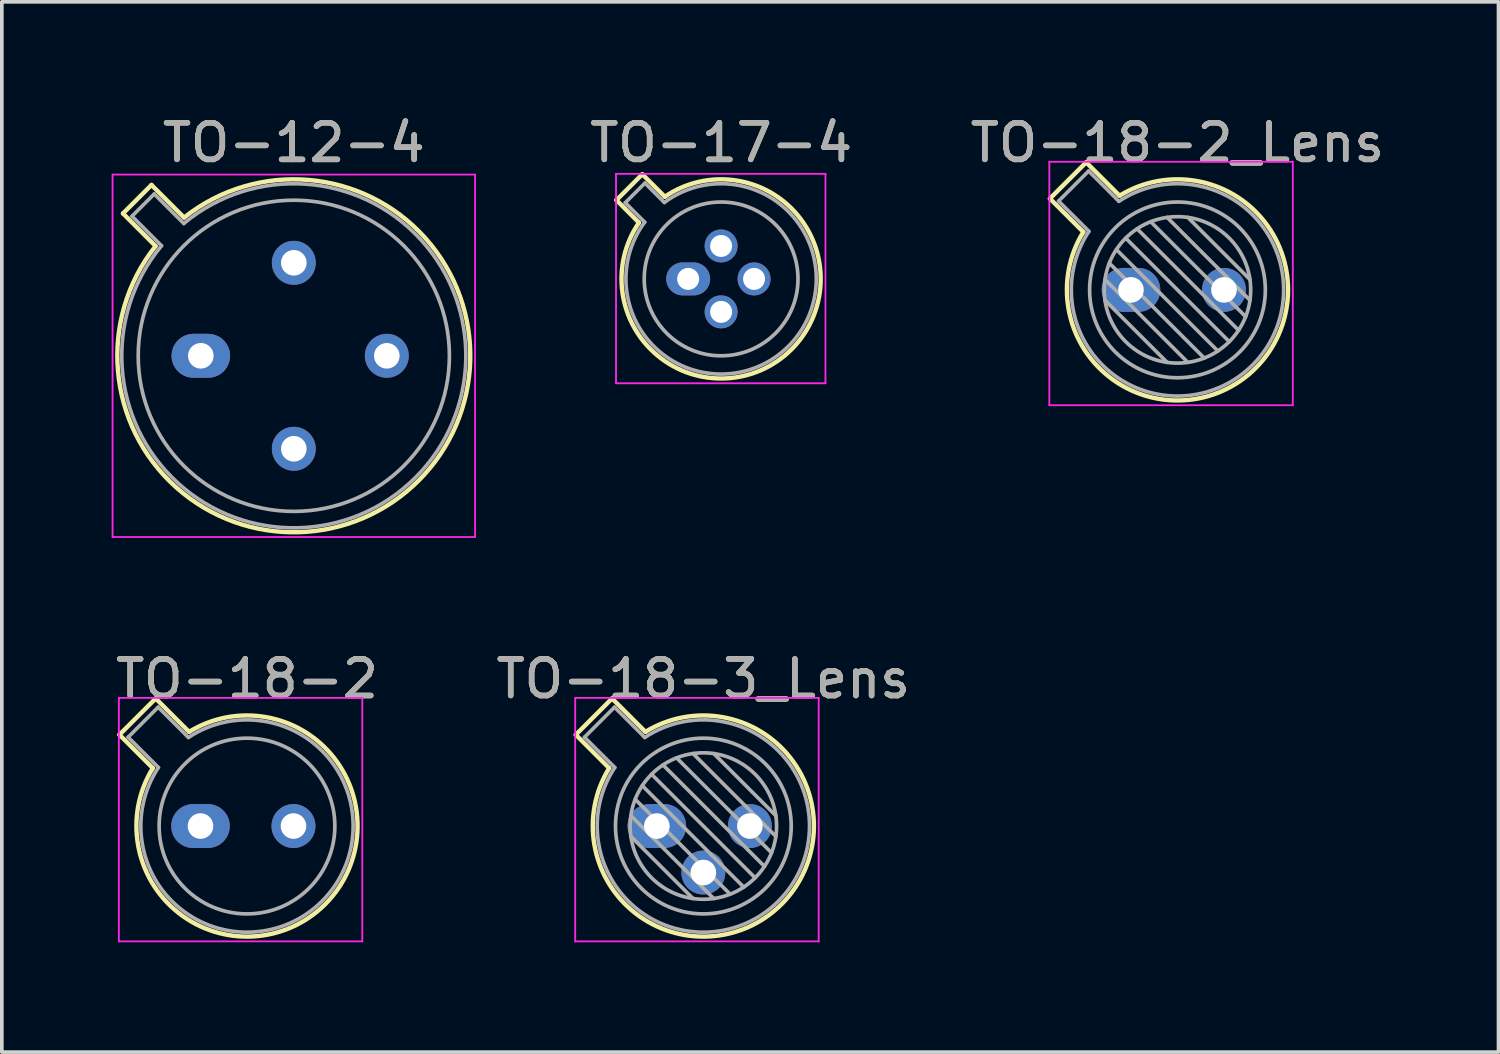
<source format=kicad_pcb>
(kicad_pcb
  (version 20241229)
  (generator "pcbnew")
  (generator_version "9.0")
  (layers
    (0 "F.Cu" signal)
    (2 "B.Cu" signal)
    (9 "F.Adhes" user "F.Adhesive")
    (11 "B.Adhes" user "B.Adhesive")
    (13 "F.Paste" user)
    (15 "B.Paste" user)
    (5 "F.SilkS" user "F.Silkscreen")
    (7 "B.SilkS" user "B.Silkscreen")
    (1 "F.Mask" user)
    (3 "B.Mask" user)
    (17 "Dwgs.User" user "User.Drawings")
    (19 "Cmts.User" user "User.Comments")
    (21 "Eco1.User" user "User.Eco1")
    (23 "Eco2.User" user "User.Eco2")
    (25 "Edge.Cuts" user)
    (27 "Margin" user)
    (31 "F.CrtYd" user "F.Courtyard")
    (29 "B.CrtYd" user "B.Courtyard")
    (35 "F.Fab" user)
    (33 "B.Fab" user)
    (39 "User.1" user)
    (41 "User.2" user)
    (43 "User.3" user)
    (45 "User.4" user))
  (footprint "TO-18-2_Lens"
    (layer "F.Cu")
    (at 27.841 4.868)
    (property "Reference" "TO-18-2_Lens" (at 1.27 -4.02 0) (layer "F.SilkS") (effects (font (size 1 1) (thickness 0.15))))
    (attr through_hole)
    (fp_line (start -2.214 -2.494) (end -1.302 -1.582) (stroke (width 0.12) (type solid)) (layer "F.SilkS"))
    (fp_line (start -1.224 -3.484) (end -2.214 -2.494) (stroke (width 0.12) (type solid)) (layer "F.SilkS"))
    (fp_line (start -0.312 -2.572) (end -1.224 -3.484) (stroke (width 0.12) (type solid)) (layer "F.SilkS"))
    (fp_arc (start -0.312331 -2.572281) (mid 3.405374 2.135551) (end -1.30215 -1.582544) (stroke (width 0.12) (type solid)) (layer "F.SilkS"))
    (fp_line (start -2.23 -3.5) (end -2.23 3.15) (stroke (width 0.05) (type solid)) (layer "F.CrtYd"))
    (fp_line (start -2.23 3.15) (end 4.42 3.15) (stroke (width 0.05) (type solid)) (layer "F.CrtYd"))
    (fp_line (start 4.42 -3.5) (end -2.23 -3.5) (stroke (width 0.05) (type solid)) (layer "F.CrtYd"))
    (fp_line (start 4.42 3.15) (end 4.42 -3.5) (stroke (width 0.05) (type solid)) (layer "F.CrtYd"))
    (fp_line (start -1.977 -2.426) (end -1.149 -1.599) (stroke (width 0.1) (type solid)) (layer "F.Fab"))
    (fp_line (start -1.156 -3.247) (end -1.977 -2.426) (stroke (width 0.1) (type solid)) (layer "F.Fab"))
    (fp_line (start -0.71 -0.283) (end 1.553 1.98) (stroke (width 0.1) (type solid)) (layer "F.Fab"))
    (fp_line (start -0.71 0.283) (end 0.987 1.98) (stroke (width 0.1) (type solid)) (layer "F.Fab"))
    (fp_line (start -0.592 -0.731) (end 2.001 1.862) (stroke (width 0.1) (type solid)) (layer "F.Fab"))
    (fp_line (start -0.399 -1.103) (end 2.373 1.669) (stroke (width 0.1) (type solid)) (layer "F.Fab"))
    (fp_line (start -0.329 -2.419) (end -1.156 -3.247) (stroke (width 0.1) (type solid)) (layer "F.Fab"))
    (fp_line (start -0.145 -1.415) (end 2.685 1.415) (stroke (width 0.1) (type solid)) (layer "F.Fab"))
    (fp_line (start 0.167 -1.669) (end 2.939 1.103) (stroke (width 0.1) (type solid)) (layer "F.Fab"))
    (fp_line (start 0.539 -1.862) (end 3.132 0.731) (stroke (width 0.1) (type solid)) (layer "F.Fab"))
    (fp_line (start 0.987 -1.98) (end 3.25 0.283) (stroke (width 0.1) (type solid)) (layer "F.Fab"))
    (fp_line (start 1.553 -1.98) (end 3.25 -0.283) (stroke (width 0.1) (type solid)) (layer "F.Fab"))
    (fp_arc (start -0.329057 -2.419301) (mid 3.321076 2.050143) (end -1.150029 -1.597956) (stroke (width 0.1) (type solid)) (layer "F.Fab"))
    (fp_circle (center 1.27 0) (end 3.27 0) (stroke (width 0.1) (type solid)) (fill no) (layer "F.Fab"))
    (fp_circle (center 1.27 0) (end 3.67 0) (stroke (width 0.1) (type solid)) (fill no) (layer "F.Fab"))
    (fp_text user "${REFERENCE}" (at 1.27 -4.02 0) (layer "F.Fab") (effects (font (size 1 1) (thickness 0.15))))
    (pad "1" thru_hole oval (at 0 0) (size 1.6 1.2) (drill 0.7) (layers "*.Cu" "*.Mask"))
    (pad "2" thru_hole oval (at 2.54 0) (size 1.2 1.2) (drill 0.7) (layers "*.Cu" "*.Mask")))
  (footprint "TO-17-4"
    (layer "F.Cu")
    (at 15.746 4.568)
    (property "Reference" "TO-17-4" (at 0.9 -3.72 0) (layer "F.SilkS") (effects (font (size 1 1) (thickness 0.15))))
    (attr through_hole)
    (fp_line (start -1.959 -2.152) (end -1.344 -1.537) (stroke (width 0.12) (type solid)) (layer "F.SilkS"))
    (fp_line (start -1.252 -2.859) (end -1.959 -2.152) (stroke (width 0.12) (type solid)) (layer "F.SilkS"))
    (fp_line (start -0.637 -2.244) (end -1.252 -2.859) (stroke (width 0.12) (type solid)) (layer "F.SilkS"))
    (fp_arc (start -0.637002 -2.244109) (mid 2.82358 1.923081) (end -1.344508 -1.536419) (stroke (width 0.12) (type solid)) (layer "F.SilkS"))
    (fp_line (start -1.97 -2.87) (end -1.97 2.85) (stroke (width 0.05) (type solid)) (layer "F.CrtYd"))
    (fp_line (start -1.97 2.85) (end 3.75 2.85) (stroke (width 0.05) (type solid)) (layer "F.CrtYd"))
    (fp_line (start 3.75 -2.87) (end -1.97 -2.87) (stroke (width 0.05) (type solid)) (layer "F.CrtYd"))
    (fp_line (start 3.75 2.85) (end 3.75 -2.87) (stroke (width 0.05) (type solid)) (layer "F.CrtYd"))
    (fp_line (start -1.718 -2.08) (end -1.187 -1.55) (stroke (width 0.1) (type solid)) (layer "F.Fab"))
    (fp_line (start -1.18 -2.618) (end -1.718 -2.08) (stroke (width 0.1) (type solid)) (layer "F.Fab"))
    (fp_line (start -0.65 -2.087) (end -1.18 -2.618) (stroke (width 0.1) (type solid)) (layer "F.Fab"))
    (fp_arc (start -0.650035 -2.087436) (mid 2.738346 1.838609) (end -1.187214 -1.550334) (stroke (width 0.1) (type solid)) (layer "F.Fab"))
    (fp_circle (center 0.9 0) (end 3 0) (stroke (width 0.1) (type solid)) (fill no) (layer "F.Fab"))
    (fp_text user "${REFERENCE}" (at 0.9 -3.72 0) (layer "F.Fab") (effects (font (size 1 1) (thickness 0.15))))
    (pad "1" thru_hole oval (at 0 0) (size 1.2 0.9) (drill 0.6) (layers "*.Cu" "*.Mask"))
    (pad "2" thru_hole oval (at 0.9 0.9) (size 0.9 0.9) (drill 0.6) (layers "*.Cu" "*.Mask"))
    (pad "3" thru_hole oval (at 1.8 0) (size 0.9 0.9) (drill 0.6) (layers "*.Cu" "*.Mask"))
    (pad "4" thru_hole oval (at 0.9 -0.9) (size 0.9 0.9) (drill 0.6) (layers "*.Cu" "*.Mask")))
  (footprint "TO-18-3_Lens"
    (layer "F.Cu")
    (at 14.891 19.512)
    (property "Reference" "TO-18-3_Lens" (at 1.27 -4.02 0) (layer "F.SilkS") (effects (font (size 1 1) (thickness 0.15))))
    (attr through_hole)
    (fp_line (start -2.214 -2.494) (end -1.302 -1.582) (stroke (width 0.12) (type solid)) (layer "F.SilkS"))
    (fp_line (start -1.224 -3.484) (end -2.214 -2.494) (stroke (width 0.12) (type solid)) (layer "F.SilkS"))
    (fp_line (start -0.312 -2.572) (end -1.224 -3.484) (stroke (width 0.12) (type solid)) (layer "F.SilkS"))
    (fp_arc (start -0.312331 -2.572281) (mid 3.405374 2.135551) (end -1.30215 -1.582544) (stroke (width 0.12) (type solid)) (layer "F.SilkS"))
    (fp_line (start -2.23 -3.5) (end -2.23 3.15) (stroke (width 0.05) (type solid)) (layer "F.CrtYd"))
    (fp_line (start -2.23 3.15) (end 4.42 3.15) (stroke (width 0.05) (type solid)) (layer "F.CrtYd"))
    (fp_line (start 4.42 -3.5) (end -2.23 -3.5) (stroke (width 0.05) (type solid)) (layer "F.CrtYd"))
    (fp_line (start 4.42 3.15) (end 4.42 -3.5) (stroke (width 0.05) (type solid)) (layer "F.CrtYd"))
    (fp_line (start -1.977 -2.426) (end -1.149 -1.599) (stroke (width 0.1) (type solid)) (layer "F.Fab"))
    (fp_line (start -1.156 -3.247) (end -1.977 -2.426) (stroke (width 0.1) (type solid)) (layer "F.Fab"))
    (fp_line (start -0.71 -0.283) (end 1.553 1.98) (stroke (width 0.1) (type solid)) (layer "F.Fab"))
    (fp_line (start -0.71 0.283) (end 0.987 1.98) (stroke (width 0.1) (type solid)) (layer "F.Fab"))
    (fp_line (start -0.592 -0.731) (end 2.001 1.862) (stroke (width 0.1) (type solid)) (layer "F.Fab"))
    (fp_line (start -0.399 -1.103) (end 2.373 1.669) (stroke (width 0.1) (type solid)) (layer "F.Fab"))
    (fp_line (start -0.329 -2.419) (end -1.156 -3.247) (stroke (width 0.1) (type solid)) (layer "F.Fab"))
    (fp_line (start -0.145 -1.415) (end 2.685 1.415) (stroke (width 0.1) (type solid)) (layer "F.Fab"))
    (fp_line (start 0.167 -1.669) (end 2.939 1.103) (stroke (width 0.1) (type solid)) (layer "F.Fab"))
    (fp_line (start 0.539 -1.862) (end 3.132 0.731) (stroke (width 0.1) (type solid)) (layer "F.Fab"))
    (fp_line (start 0.987 -1.98) (end 3.25 0.283) (stroke (width 0.1) (type solid)) (layer "F.Fab"))
    (fp_line (start 1.553 -1.98) (end 3.25 -0.283) (stroke (width 0.1) (type solid)) (layer "F.Fab"))
    (fp_arc (start -0.329057 -2.419301) (mid 3.321076 2.050143) (end -1.150029 -1.597956) (stroke (width 0.1) (type solid)) (layer "F.Fab"))
    (fp_circle (center 1.27 0) (end 3.27 0) (stroke (width 0.1) (type solid)) (fill no) (layer "F.Fab"))
    (fp_circle (center 1.27 0) (end 3.67 0) (stroke (width 0.1) (type solid)) (fill no) (layer "F.Fab"))
    (fp_text user "${REFERENCE}" (at 1.27 -4.02 0) (layer "F.Fab") (effects (font (size 1 1) (thickness 0.15))))
    (pad "1" thru_hole oval (at 0 0) (size 1.6 1.2) (drill 0.7) (layers "*.Cu" "*.Mask"))
    (pad "2" thru_hole oval (at 1.27 1.27) (size 1.2 1.2) (drill 0.7) (layers "*.Cu" "*.Mask"))
    (pad "3" thru_hole oval (at 2.54 0) (size 1.2 1.2) (drill 0.7) (layers "*.Cu" "*.Mask")))
  (footprint "TO-12-4"
    (layer "F.Cu")
    (at 2.435 6.668)
    (property "Reference" "TO-12-4" (at 2.54 -5.82 0) (layer "F.SilkS") (effects (font (size 1 1) (thickness 0.15))))
    (attr through_hole)
    (fp_line (start -2.126 -3.888) (end -1.235 -2.997) (stroke (width 0.12) (type solid)) (layer "F.SilkS"))
    (fp_line (start -1.348 -4.666) (end -2.126 -3.888) (stroke (width 0.12) (type solid)) (layer "F.SilkS"))
    (fp_line (start -0.457 -3.775) (end -1.348 -4.666) (stroke (width 0.12) (type solid)) (layer "F.SilkS"))
    (fp_arc (start -0.457084 -3.774902) (mid 5.948125 3.408384) (end -1.234674 -2.997371) (stroke (width 0.12) (type solid)) (layer "F.SilkS"))
    (fp_line (start -2.41 -4.95) (end -2.41 4.95) (stroke (width 0.05) (type solid)) (layer "F.CrtYd"))
    (fp_line (start -2.41 4.95) (end 7.49 4.95) (stroke (width 0.05) (type solid)) (layer "F.CrtYd"))
    (fp_line (start 7.49 -4.95) (end -2.41 -4.95) (stroke (width 0.05) (type solid)) (layer "F.CrtYd"))
    (fp_line (start 7.49 4.95) (end 7.49 -4.95) (stroke (width 0.05) (type solid)) (layer "F.CrtYd"))
    (fp_line (start -1.88 -3.812) (end -1.074 -3.005) (stroke (width 0.1) (type solid)) (layer "F.Fab"))
    (fp_line (start -1.272 -4.42) (end -1.88 -3.812) (stroke (width 0.1) (type solid)) (layer "F.Fab"))
    (fp_line (start -0.465 -3.614) (end -1.272 -4.42) (stroke (width 0.1) (type solid)) (layer "F.Fab"))
    (fp_arc (start -0.465408 -3.61352) (mid 5.863443 3.323361) (end -1.073594 -3.005319) (stroke (width 0.1) (type solid)) (layer "F.Fab"))
    (fp_circle (center 2.54 0) (end 6.79 0) (stroke (width 0.1) (type solid)) (fill no) (layer "F.Fab"))
    (fp_text user "${REFERENCE}" (at 2.54 -5.82 0) (layer "F.Fab") (effects (font (size 1 1) (thickness 0.15))))
    (pad "1" thru_hole oval (at 0 0) (size 1.6 1.2) (drill 0.7) (layers "*.Cu" "*.Mask"))
    (pad "2" thru_hole oval (at 2.54 2.54) (size 1.2 1.2) (drill 0.7) (layers "*.Cu" "*.Mask"))
    (pad "3" thru_hole oval (at 5.08 0) (size 1.2 1.2) (drill 0.7) (layers "*.Cu" "*.Mask"))
    (pad "4" thru_hole oval (at 2.54 -2.54) (size 1.2 1.2) (drill 0.7) (layers "*.Cu" "*.Mask")))
  (footprint "TO-18-2"
    (layer "F.Cu")
    (at 2.426 19.512)
    (property "Reference" "TO-18-2" (at 1.27 -4.02 0) (layer "F.SilkS") (effects (font (size 1 1) (thickness 0.15))))
    (attr through_hole)
    (fp_line (start -2.214 -2.494) (end -1.302 -1.582) (stroke (width 0.12) (type solid)) (layer "F.SilkS"))
    (fp_line (start -1.224 -3.484) (end -2.214 -2.494) (stroke (width 0.12) (type solid)) (layer "F.SilkS"))
    (fp_line (start -0.312 -2.572) (end -1.224 -3.484) (stroke (width 0.12) (type solid)) (layer "F.SilkS"))
    (fp_arc (start -0.312331 -2.572281) (mid 3.405374 2.135551) (end -1.30215 -1.582544) (stroke (width 0.12) (type solid)) (layer "F.SilkS"))
    (fp_line (start -2.23 -3.5) (end -2.23 3.15) (stroke (width 0.05) (type solid)) (layer "F.CrtYd"))
    (fp_line (start -2.23 3.15) (end 4.42 3.15) (stroke (width 0.05) (type solid)) (layer "F.CrtYd"))
    (fp_line (start 4.42 -3.5) (end -2.23 -3.5) (stroke (width 0.05) (type solid)) (layer "F.CrtYd"))
    (fp_line (start 4.42 3.15) (end 4.42 -3.5) (stroke (width 0.05) (type solid)) (layer "F.CrtYd"))
    (fp_line (start -1.977 -2.426) (end -1.149 -1.599) (stroke (width 0.1) (type solid)) (layer "F.Fab"))
    (fp_line (start -1.156 -3.247) (end -1.977 -2.426) (stroke (width 0.1) (type solid)) (layer "F.Fab"))
    (fp_line (start -0.329 -2.419) (end -1.156 -3.247) (stroke (width 0.1) (type solid)) (layer "F.Fab"))
    (fp_arc (start -0.329057 -2.419301) (mid 3.321076 2.050143) (end -1.150029 -1.597956) (stroke (width 0.1) (type solid)) (layer "F.Fab"))
    (fp_circle (center 1.27 0) (end 3.67 0) (stroke (width 0.1) (type solid)) (fill no) (layer "F.Fab"))
    (fp_text user "${REFERENCE}" (at 1.27 -4.02 0) (layer "F.Fab") (effects (font (size 1 1) (thickness 0.15))))
    (pad "1" thru_hole oval (at 0 0) (size 1.6 1.2) (drill 0.7) (layers "*.Cu" "*.Mask"))
    (pad "2" thru_hole oval (at 2.54 0) (size 1.2 1.2) (drill 0.7) (layers "*.Cu" "*.Mask")))
  (gr_rect
    (start -3 -3)
    (end 37.879 25.686)
    (stroke (width 0.1) (type default))
    (fill no)
    (layer "Edge.Cuts")))
</source>
